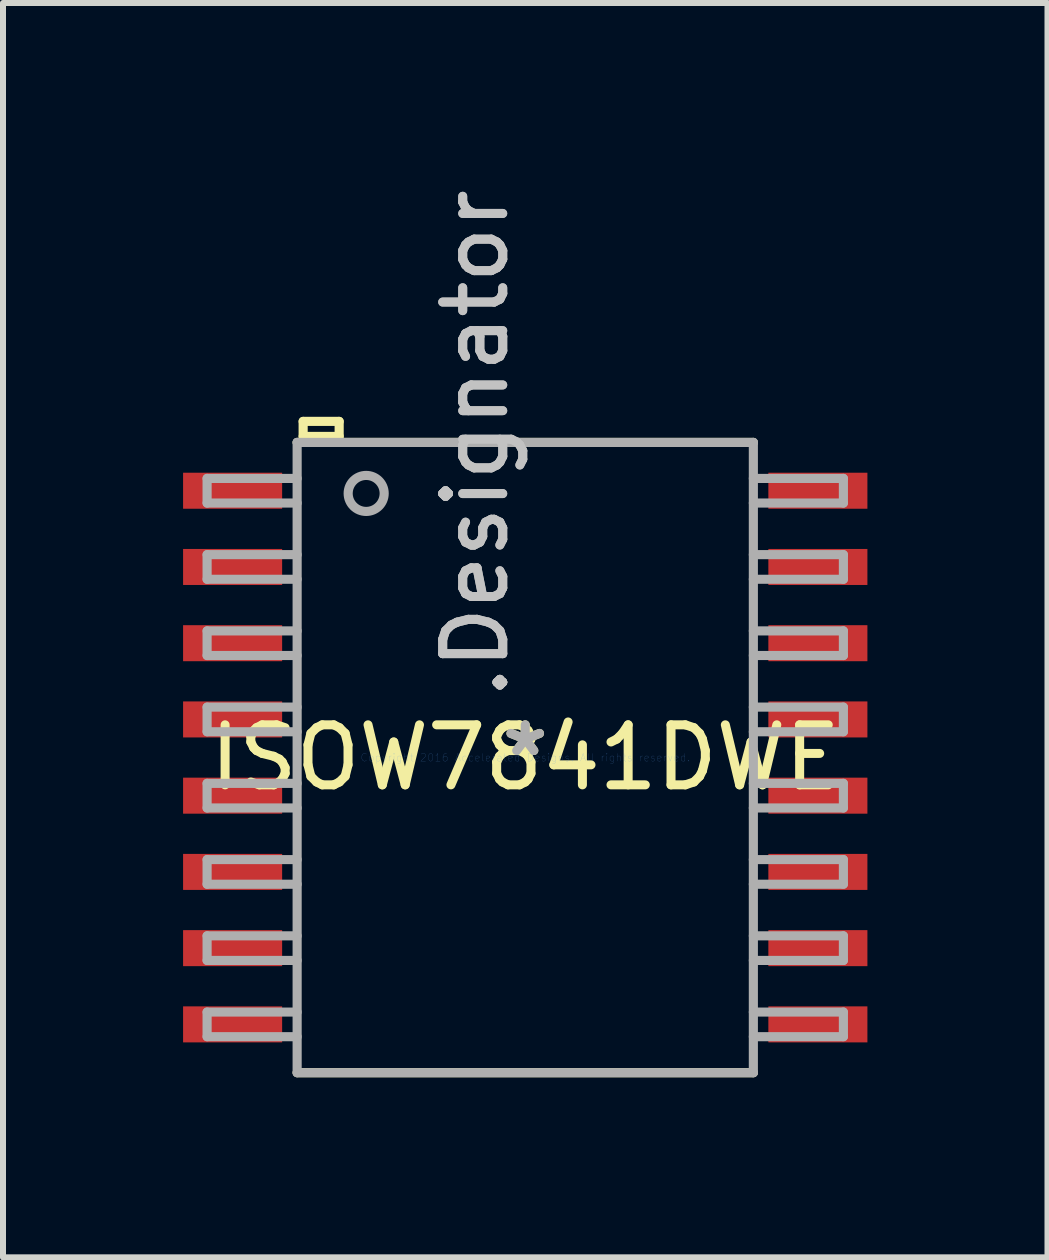
<source format=kicad_pcb>
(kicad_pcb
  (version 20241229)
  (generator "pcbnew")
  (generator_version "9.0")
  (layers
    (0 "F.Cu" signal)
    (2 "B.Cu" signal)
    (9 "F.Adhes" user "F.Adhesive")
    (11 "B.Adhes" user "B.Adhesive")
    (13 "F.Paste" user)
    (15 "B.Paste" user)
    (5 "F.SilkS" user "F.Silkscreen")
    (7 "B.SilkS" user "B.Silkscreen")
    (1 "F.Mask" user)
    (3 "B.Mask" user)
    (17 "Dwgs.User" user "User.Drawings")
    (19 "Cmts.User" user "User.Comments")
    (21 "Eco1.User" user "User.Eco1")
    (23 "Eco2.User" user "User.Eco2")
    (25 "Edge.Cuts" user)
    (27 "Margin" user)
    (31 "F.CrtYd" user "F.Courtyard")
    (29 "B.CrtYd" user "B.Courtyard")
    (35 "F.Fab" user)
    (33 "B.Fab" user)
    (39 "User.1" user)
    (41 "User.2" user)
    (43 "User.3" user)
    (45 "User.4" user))
  (footprint "ISOW7841DWE"
    (layer "F.Cu")
    (at 5.7 9.57)
    (property "Reference" "ISOW7841DWE" (at 0 0 0) (layer "F.SilkS") (effects (font (size 1 1) (thickness 0.15))))
    (attr through_hole)
    (fp_line (start -3.8 -5.25) (end 3.8 -5.25) (stroke (width 0.152) (type solid)) (layer "F.SilkS"))
    (fp_line (start -3.8 5.25) (end 3.8 5.25) (stroke (width 0.152) (type solid)) (layer "F.SilkS"))
    (fp_line (start -3.7 -5.6) (end -3.7 -5.35) (stroke (width 0.152) (type solid)) (layer "F.SilkS"))
    (fp_line (start -3.7 -5.35) (end -3.1 -5.35) (stroke (width 0.152) (type solid)) (layer "F.SilkS"))
    (fp_line (start -3.1 -5.6) (end -3.7 -5.6) (stroke (width 0.152) (type solid)) (layer "F.SilkS"))
    (fp_line (start -3.1 -5.35) (end -3.1 -5.6) (stroke (width 0.152) (type solid)) (layer "F.SilkS"))
    (fp_line (start -5.3 -4.65) (end -3.8 -4.65) (stroke (width 0.152) (type solid)) (layer "F.Fab"))
    (fp_line (start -5.3 -4.24) (end -5.3 -4.65) (stroke (width 0.152) (type solid)) (layer "F.Fab"))
    (fp_line (start -5.3 -4.24) (end -3.8 -4.24) (stroke (width 0.152) (type solid)) (layer "F.Fab"))
    (fp_line (start -5.3 -3.38) (end -3.8 -3.38) (stroke (width 0.152) (type solid)) (layer "F.Fab"))
    (fp_line (start -5.3 -2.97) (end -5.3 -3.38) (stroke (width 0.152) (type solid)) (layer "F.Fab"))
    (fp_line (start -5.3 -2.97) (end -3.8 -2.97) (stroke (width 0.152) (type solid)) (layer "F.Fab"))
    (fp_line (start -5.3 -2.11) (end -3.8 -2.11) (stroke (width 0.152) (type solid)) (layer "F.Fab"))
    (fp_line (start -5.3 -1.7) (end -5.3 -2.11) (stroke (width 0.152) (type solid)) (layer "F.Fab"))
    (fp_line (start -5.3 -1.7) (end -3.8 -1.7) (stroke (width 0.152) (type solid)) (layer "F.Fab"))
    (fp_line (start -5.3 -0.84) (end -3.8 -0.84) (stroke (width 0.152) (type solid)) (layer "F.Fab"))
    (fp_line (start -5.3 -0.43) (end -5.3 -0.84) (stroke (width 0.152) (type solid)) (layer "F.Fab"))
    (fp_line (start -5.3 -0.43) (end -3.8 -0.43) (stroke (width 0.152) (type solid)) (layer "F.Fab"))
    (fp_line (start -5.3 0.43) (end -3.8 0.43) (stroke (width 0.152) (type solid)) (layer "F.Fab"))
    (fp_line (start -5.3 0.84) (end -5.3 0.43) (stroke (width 0.152) (type solid)) (layer "F.Fab"))
    (fp_line (start -5.3 0.84) (end -3.8 0.84) (stroke (width 0.152) (type solid)) (layer "F.Fab"))
    (fp_line (start -5.3 1.7) (end -3.8 1.7) (stroke (width 0.152) (type solid)) (layer "F.Fab"))
    (fp_line (start -5.3 2.11) (end -5.3 1.7) (stroke (width 0.152) (type solid)) (layer "F.Fab"))
    (fp_line (start -5.3 2.11) (end -3.8 2.11) (stroke (width 0.152) (type solid)) (layer "F.Fab"))
    (fp_line (start -5.3 2.97) (end -3.8 2.97) (stroke (width 0.152) (type solid)) (layer "F.Fab"))
    (fp_line (start -5.3 3.38) (end -5.3 2.97) (stroke (width 0.152) (type solid)) (layer "F.Fab"))
    (fp_line (start -5.3 3.38) (end -3.8 3.38) (stroke (width 0.152) (type solid)) (layer "F.Fab"))
    (fp_line (start -5.3 4.24) (end -3.8 4.24) (stroke (width 0.152) (type solid)) (layer "F.Fab"))
    (fp_line (start -5.3 4.65) (end -5.3 4.24) (stroke (width 0.152) (type solid)) (layer "F.Fab"))
    (fp_line (start -5.3 4.65) (end -3.8 4.65) (stroke (width 0.152) (type solid)) (layer "F.Fab"))
    (fp_line (start -3.8 -5.25) (end 3.8 -5.25) (stroke (width 0.152) (type solid)) (layer "F.Fab"))
    (fp_line (start -3.8 5.25) (end -3.8 -5.25) (stroke (width 0.152) (type solid)) (layer "F.Fab"))
    (fp_line (start -3.8 5.25) (end 3.8 5.25) (stroke (width 0.152) (type solid)) (layer "F.Fab"))
    (fp_line (start 3.8 -4.65) (end 5.3 -4.65) (stroke (width 0.152) (type solid)) (layer "F.Fab"))
    (fp_line (start 3.8 -4.24) (end 5.3 -4.24) (stroke (width 0.152) (type solid)) (layer "F.Fab"))
    (fp_line (start 3.8 -3.38) (end 5.3 -3.38) (stroke (width 0.152) (type solid)) (layer "F.Fab"))
    (fp_line (start 3.8 -2.97) (end 5.3 -2.97) (stroke (width 0.152) (type solid)) (layer "F.Fab"))
    (fp_line (start 3.8 -2.11) (end 5.3 -2.11) (stroke (width 0.152) (type solid)) (layer "F.Fab"))
    (fp_line (start 3.8 -1.7) (end 5.3 -1.7) (stroke (width 0.152) (type solid)) (layer "F.Fab"))
    (fp_line (start 3.8 -0.84) (end 5.3 -0.84) (stroke (width 0.152) (type solid)) (layer "F.Fab"))
    (fp_line (start 3.8 -0.43) (end 5.3 -0.43) (stroke (width 0.152) (type solid)) (layer "F.Fab"))
    (fp_line (start 3.8 0.43) (end 5.3 0.43) (stroke (width 0.152) (type solid)) (layer "F.Fab"))
    (fp_line (start 3.8 0.84) (end 5.3 0.84) (stroke (width 0.152) (type solid)) (layer "F.Fab"))
    (fp_line (start 3.8 1.7) (end 5.3 1.7) (stroke (width 0.152) (type solid)) (layer "F.Fab"))
    (fp_line (start 3.8 2.11) (end 5.3 2.11) (stroke (width 0.152) (type solid)) (layer "F.Fab"))
    (fp_line (start 3.8 2.97) (end 5.3 2.97) (stroke (width 0.152) (type solid)) (layer "F.Fab"))
    (fp_line (start 3.8 3.38) (end 5.3 3.38) (stroke (width 0.152) (type solid)) (layer "F.Fab"))
    (fp_line (start 3.8 4.24) (end 5.3 4.24) (stroke (width 0.152) (type solid)) (layer "F.Fab"))
    (fp_line (start 3.8 4.65) (end 5.3 4.65) (stroke (width 0.152) (type solid)) (layer "F.Fab"))
    (fp_line (start 3.8 5.25) (end 3.8 -5.25) (stroke (width 0.152) (type solid)) (layer "F.Fab"))
    (fp_line (start 5.3 -4.24) (end 5.3 -4.65) (stroke (width 0.152) (type solid)) (layer "F.Fab"))
    (fp_line (start 5.3 -2.97) (end 5.3 -3.38) (stroke (width 0.152) (type solid)) (layer "F.Fab"))
    (fp_line (start 5.3 -1.7) (end 5.3 -2.11) (stroke (width 0.152) (type solid)) (layer "F.Fab"))
    (fp_line (start 5.3 -0.43) (end 5.3 -0.84) (stroke (width 0.152) (type solid)) (layer "F.Fab"))
    (fp_line (start 5.3 0.84) (end 5.3 0.43) (stroke (width 0.152) (type solid)) (layer "F.Fab"))
    (fp_line (start 5.3 2.11) (end 5.3 1.7) (stroke (width 0.152) (type solid)) (layer "F.Fab"))
    (fp_line (start 5.3 3.38) (end 5.3 2.97) (stroke (width 0.152) (type solid)) (layer "F.Fab"))
    (fp_line (start 5.3 4.65) (end 5.3 4.24) (stroke (width 0.152) (type solid)) (layer "F.Fab"))
    (fp_circle (center -2.65 -4.4) (end -2.35 -4.4) (stroke (width 0.152) (type solid)) (fill no) (layer "F.Fab"))
    (fp_text user "*" (at 0 0 0) (layer "F.SilkS") (effects (font (size 1 1) (thickness 0.15))))
    (fp_text user ".Designator" (at -0.83 -5.231 270) (layer "Dwgs.User") (effects (font (size 1 1) (thickness 0.15))))
    (fp_text user "Copyright 2016 Accelerated Designs. All rights reserved." (at 0 0 0) (layer "Cmts.User") (effects (font (size 0.127 0.127) (thickness 0.002))))
    (fp_text user "*" (at 0 0 0) (layer "F.Fab") (effects (font (size 1 1) (thickness 0.15))))
    (fp_text user ".Designator" (at -0.83 -5.231 270) (layer "F.Fab") (effects (font (size 1 1) (thickness 0.15))))
    (pad "1" smd rect (at -4.875 -4.445) (size 1.65 0.6) (layers "F.Cu" "F.Mask" "F.Paste"))
    (pad "2" smd rect (at -4.875 -3.175) (size 1.65 0.6) (layers "F.Cu" "F.Mask" "F.Paste"))
    (pad "3" smd rect (at -4.875 -1.905) (size 1.65 0.6) (layers "F.Cu" "F.Mask" "F.Paste"))
    (pad "4" smd rect (at -4.875 -0.635) (size 1.65 0.6) (layers "F.Cu" "F.Mask" "F.Paste"))
    (pad "5" smd rect (at -4.875 0.635) (size 1.65 0.6) (layers "F.Cu" "F.Mask" "F.Paste"))
    (pad "6" smd rect (at -4.875 1.905) (size 1.65 0.6) (layers "F.Cu" "F.Mask" "F.Paste"))
    (pad "7" smd rect (at -4.875 3.175) (size 1.65 0.6) (layers "F.Cu" "F.Mask" "F.Paste"))
    (pad "8" smd rect (at -4.875 4.445) (size 1.65 0.6) (layers "F.Cu" "F.Mask" "F.Paste"))
    (pad "9" smd rect (at 4.875 4.445) (size 1.65 0.6) (layers "F.Cu" "F.Mask" "F.Paste"))
    (pad "10" smd rect (at 4.875 3.175) (size 1.65 0.6) (layers "F.Cu" "F.Mask" "F.Paste"))
    (pad "11" smd rect (at 4.875 1.905) (size 1.65 0.6) (layers "F.Cu" "F.Mask" "F.Paste"))
    (pad "12" smd rect (at 4.875 0.635) (size 1.65 0.6) (layers "F.Cu" "F.Mask" "F.Paste"))
    (pad "13" smd rect (at 4.875 -0.635) (size 1.65 0.6) (layers "F.Cu" "F.Mask" "F.Paste"))
    (pad "14" smd rect (at 4.875 -1.905) (size 1.65 0.6) (layers "F.Cu" "F.Mask" "F.Paste"))
    (pad "15" smd rect (at 4.875 -3.175) (size 1.65 0.6) (layers "F.Cu" "F.Mask" "F.Paste"))
    (pad "16" smd rect (at 4.875 -4.445) (size 1.65 0.6) (layers "F.Cu" "F.Mask" "F.Paste")))
  (gr_rect
    (start -3 -3)
    (end 14.4 17.896)
    (stroke (width 0.1) (type default))
    (fill no)
    (layer "Edge.Cuts")))
</source>
